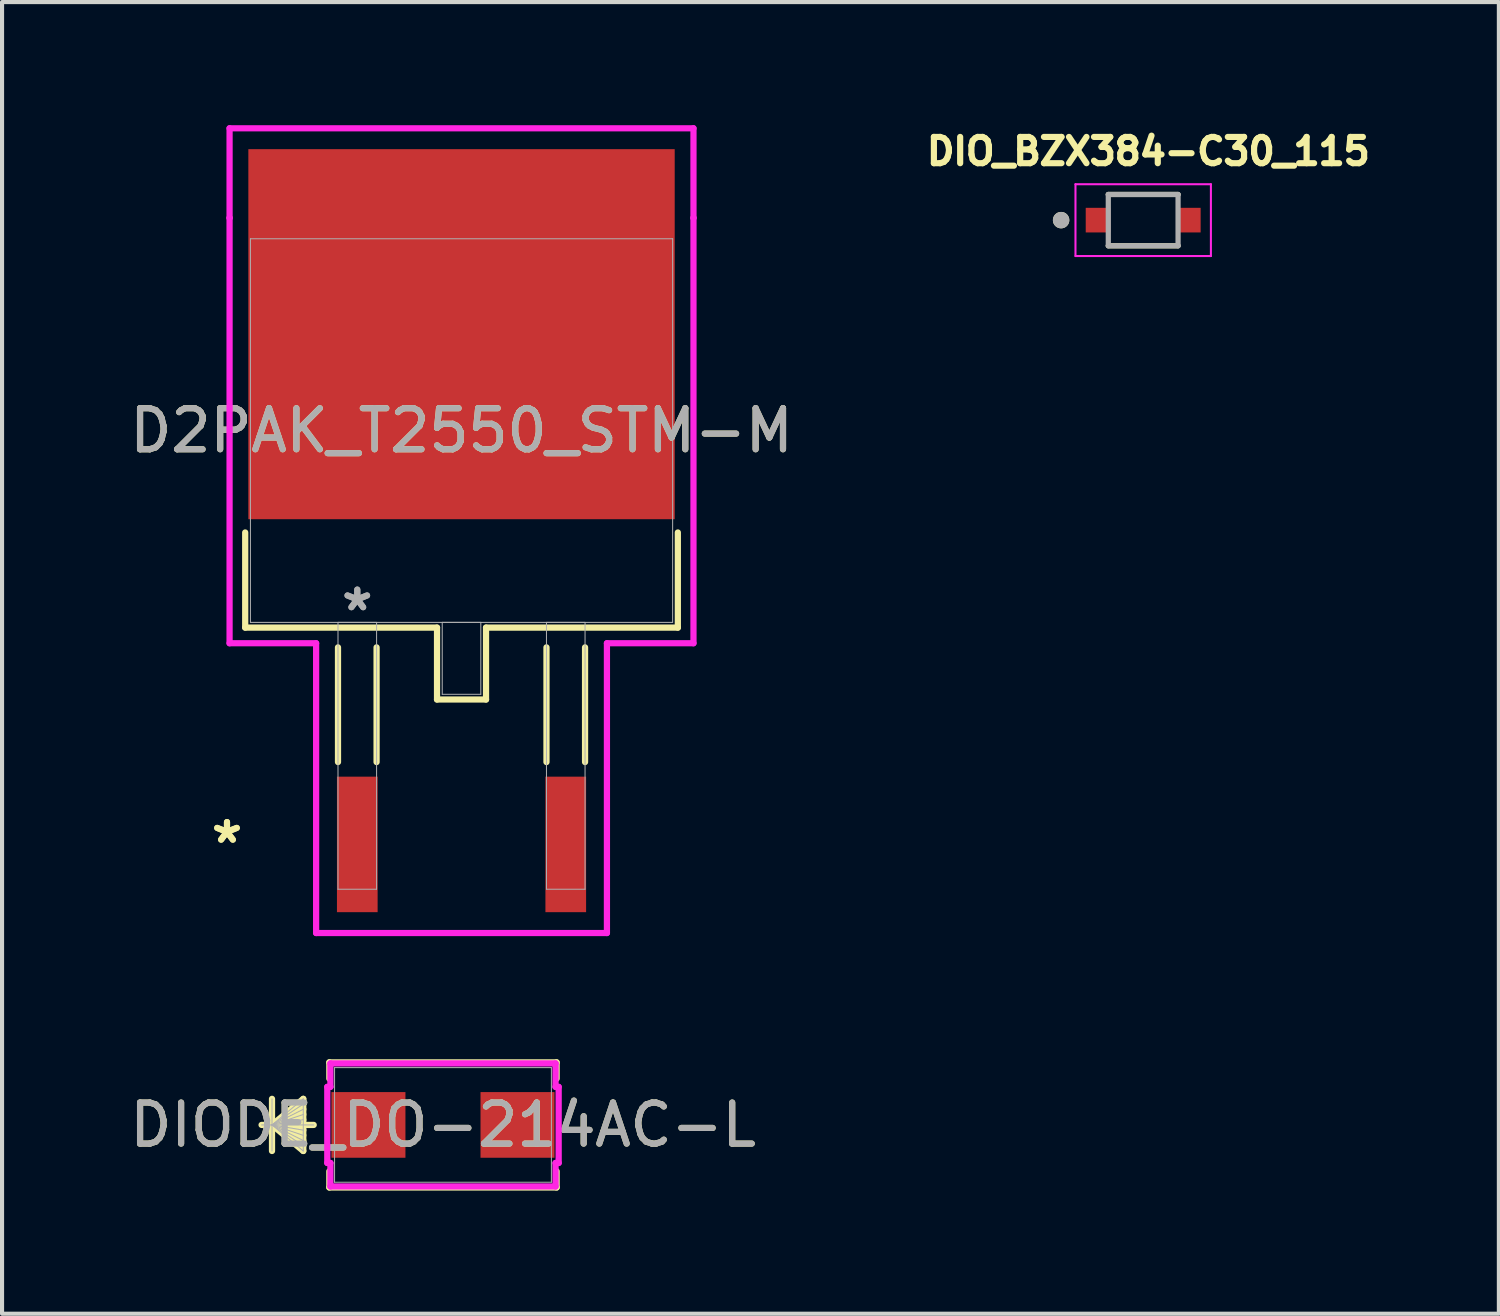
<source format=kicad_pcb>
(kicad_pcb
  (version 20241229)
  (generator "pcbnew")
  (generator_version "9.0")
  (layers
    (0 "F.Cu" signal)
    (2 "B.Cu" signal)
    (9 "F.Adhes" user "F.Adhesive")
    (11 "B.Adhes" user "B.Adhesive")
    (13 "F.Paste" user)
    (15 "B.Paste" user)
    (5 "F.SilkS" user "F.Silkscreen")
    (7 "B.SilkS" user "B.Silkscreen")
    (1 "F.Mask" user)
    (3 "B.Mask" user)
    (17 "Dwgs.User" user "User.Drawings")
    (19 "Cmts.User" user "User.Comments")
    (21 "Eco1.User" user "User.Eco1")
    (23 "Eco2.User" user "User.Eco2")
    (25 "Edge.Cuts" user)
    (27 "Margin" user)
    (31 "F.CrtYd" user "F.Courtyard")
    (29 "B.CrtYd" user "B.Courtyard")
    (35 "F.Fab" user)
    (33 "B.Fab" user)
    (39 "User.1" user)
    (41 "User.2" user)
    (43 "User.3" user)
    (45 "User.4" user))
  (footprint "DIODE_DO-214AC-L"
    (layer "F.Cu")
    (at 7.744 24.361)
    (property "Reference" "DIODE_DO-214AC-L" (at 0 0 0) (unlocked yes) (layer "F.SilkS") (effects (font (size 1 1) (thickness 0.15))))
    (attr smd)
    (fp_line (start -4.166 -0.635) (end -4.166 0.635) (stroke (width 0.152) (type solid)) (layer "F.SilkS"))
    (fp_line (start -4.166 0) (end -3.404 -0.635) (stroke (width 0.152) (type solid)) (layer "F.SilkS"))
    (fp_line (start -4.166 0) (end -3.404 -0.508) (stroke (width 0.152) (type solid)) (layer "F.SilkS"))
    (fp_line (start -4.166 0) (end -3.404 -0.381) (stroke (width 0.152) (type solid)) (layer "F.SilkS"))
    (fp_line (start -4.166 0) (end -3.404 -0.254) (stroke (width 0.152) (type solid)) (layer "F.SilkS"))
    (fp_line (start -4.166 0) (end -3.404 -0.127) (stroke (width 0.152) (type solid)) (layer "F.SilkS"))
    (fp_line (start -4.166 0) (end -3.404 0.127) (stroke (width 0.152) (type solid)) (layer "F.SilkS"))
    (fp_line (start -4.166 0) (end -3.404 0.254) (stroke (width 0.152) (type solid)) (layer "F.SilkS"))
    (fp_line (start -4.166 0) (end -3.404 0.381) (stroke (width 0.152) (type solid)) (layer "F.SilkS"))
    (fp_line (start -4.166 0) (end -3.404 0.508) (stroke (width 0.152) (type solid)) (layer "F.SilkS"))
    (fp_line (start -4.166 0) (end -3.404 0.635) (stroke (width 0.152) (type solid)) (layer "F.SilkS"))
    (fp_line (start -3.404 -0.635) (end -3.404 0.635) (stroke (width 0.152) (type solid)) (layer "F.SilkS"))
    (fp_line (start -3.15 0) (end -4.42 0) (stroke (width 0.152) (type solid)) (layer "F.SilkS"))
    (fp_line (start -2.769 -1.524) (end -2.769 -1.129) (stroke (width 0.152) (type solid)) (layer "F.SilkS"))
    (fp_line (start -2.769 1.129) (end -2.769 1.524) (stroke (width 0.152) (type solid)) (layer "F.SilkS"))
    (fp_line (start -2.769 1.524) (end 2.769 1.524) (stroke (width 0.152) (type solid)) (layer "F.SilkS"))
    (fp_line (start 2.769 -1.524) (end -2.769 -1.524) (stroke (width 0.152) (type solid)) (layer "F.SilkS"))
    (fp_line (start 2.769 -1.129) (end 2.769 -1.524) (stroke (width 0.152) (type solid)) (layer "F.SilkS"))
    (fp_line (start 2.769 1.524) (end 2.769 1.129) (stroke (width 0.152) (type solid)) (layer "F.SilkS"))
    (fp_line (start -2.819 -0.927) (end -2.743 -0.927) (stroke (width 0.152) (type solid)) (layer "F.CrtYd"))
    (fp_line (start -2.819 0.927) (end -2.819 -0.927) (stroke (width 0.152) (type solid)) (layer "F.CrtYd"))
    (fp_line (start -2.743 -1.499) (end 2.743 -1.499) (stroke (width 0.152) (type solid)) (layer "F.CrtYd"))
    (fp_line (start -2.743 -0.927) (end -2.743 -1.499) (stroke (width 0.152) (type solid)) (layer "F.CrtYd"))
    (fp_line (start -2.743 0.927) (end -2.819 0.927) (stroke (width 0.152) (type solid)) (layer "F.CrtYd"))
    (fp_line (start -2.743 1.499) (end -2.743 0.927) (stroke (width 0.152) (type solid)) (layer "F.CrtYd"))
    (fp_line (start 2.743 -1.499) (end 2.743 -0.927) (stroke (width 0.152) (type solid)) (layer "F.CrtYd"))
    (fp_line (start 2.743 -0.927) (end 2.819 -0.927) (stroke (width 0.152) (type solid)) (layer "F.CrtYd"))
    (fp_line (start 2.743 0.927) (end 2.743 1.499) (stroke (width 0.152) (type solid)) (layer "F.CrtYd"))
    (fp_line (start 2.743 1.499) (end -2.743 1.499) (stroke (width 0.152) (type solid)) (layer "F.CrtYd"))
    (fp_line (start 2.819 -0.927) (end 2.819 0.927) (stroke (width 0.152) (type solid)) (layer "F.CrtYd"))
    (fp_line (start 2.819 0.927) (end 2.743 0.927) (stroke (width 0.152) (type solid)) (layer "F.CrtYd"))
    (fp_line (start -4.166 -0.635) (end -4.166 0.635) (stroke (width 0.025) (type solid)) (layer "F.Fab"))
    (fp_line (start -4.166 0) (end -3.404 -0.635) (stroke (width 0.025) (type solid)) (layer "F.Fab"))
    (fp_line (start -4.166 0) (end -3.404 -0.508) (stroke (width 0.025) (type solid)) (layer "F.Fab"))
    (fp_line (start -4.166 0) (end -3.404 -0.381) (stroke (width 0.025) (type solid)) (layer "F.Fab"))
    (fp_line (start -4.166 0) (end -3.404 -0.254) (stroke (width 0.025) (type solid)) (layer "F.Fab"))
    (fp_line (start -4.166 0) (end -3.404 -0.127) (stroke (width 0.025) (type solid)) (layer "F.Fab"))
    (fp_line (start -4.166 0) (end -3.404 0.127) (stroke (width 0.025) (type solid)) (layer "F.Fab"))
    (fp_line (start -4.166 0) (end -3.404 0.254) (stroke (width 0.025) (type solid)) (layer "F.Fab"))
    (fp_line (start -4.166 0) (end -3.404 0.381) (stroke (width 0.025) (type solid)) (layer "F.Fab"))
    (fp_line (start -4.166 0) (end -3.404 0.508) (stroke (width 0.025) (type solid)) (layer "F.Fab"))
    (fp_line (start -4.166 0) (end -3.404 0.635) (stroke (width 0.025) (type solid)) (layer "F.Fab"))
    (fp_line (start -3.404 -0.635) (end -3.404 0.635) (stroke (width 0.025) (type solid)) (layer "F.Fab"))
    (fp_line (start -3.15 0) (end -4.42 0) (stroke (width 0.025) (type solid)) (layer "F.Fab"))
    (fp_line (start -2.642 -1.397) (end -2.642 1.397) (stroke (width 0.025) (type solid)) (layer "F.Fab"))
    (fp_line (start -2.642 1.397) (end 2.642 1.397) (stroke (width 0.025) (type solid)) (layer "F.Fab"))
    (fp_line (start 2.642 -1.397) (end -2.642 -1.397) (stroke (width 0.025) (type solid)) (layer "F.Fab"))
    (fp_line (start 2.642 1.397) (end 2.642 -1.397) (stroke (width 0.025) (type solid)) (layer "F.Fab"))
    (fp_text user "${REFERENCE}" (at 0 0 0) (unlocked yes) (layer "F.Fab") (effects (font (size 1 1) (thickness 0.15))))
    (pad "1" smd rect (at -1.816 0 90) (size 1.6 1.803) (layers "F.Cu" "F.Mask" "F.Paste"))
    (pad "2" smd rect (at 1.816 0 90) (size 1.6 1.803) (layers "F.Cu" "F.Mask" "F.Paste"))
    (zone (net_name "") (layer "F.Cu") (hatch full 0.508) (connect_pads) (min_thickness 0.254) (filled_areas_thickness no) (keepout (tracks not_allowed) (vias not_allowed) (pads allowed) (copperpour not_allowed) (footprints allowed)) (placement (enabled no)) (fill) (polygon (pts (xy 5.153 23.015) (xy 10.335 23.015) (xy 10.335 23.485) (xy 5.153 23.485))))
    (zone (net_name "") (layer "F.Cu") (hatch full 0.508) (connect_pads) (min_thickness 0.254) (filled_areas_thickness no) (keepout (tracks not_allowed) (vias not_allowed) (pads allowed) (copperpour not_allowed) (footprints allowed)) (placement (enabled no)) (fill) (polygon (pts (xy 5.153 25.238) (xy 10.335 25.238) (xy 10.335 25.708) (xy 5.153 25.708))))
    (zone (net_name "") (layer "F.Cu") (hatch full 0.508) (connect_pads) (min_thickness 0.254) (filled_areas_thickness no) (keepout (tracks not_allowed) (vias not_allowed) (pads allowed) (copperpour not_allowed) (footprints allowed)) (placement (enabled no)) (fill) (polygon (pts (xy 6.88 23.485) (xy 8.608 23.485) (xy 8.608 25.238) (xy 6.88 25.238)))))
  (footprint "DIO_BZX384-C30_115"
    (layer "F.Cu")
    (at 24.806 2.314)
    (property "Reference" "DIO_BZX384-C30_115" (at 0.127 -1.676 0) (layer "F.SilkS") (effects (font (size 0.64 0.64) (thickness 0.15))))
    (attr smd)
    (fp_line (start -0.85 -0.625) (end 0.85 -0.625) (stroke (width 0.127) (type solid)) (layer "F.SilkS"))
    (fp_line (start 0.85 0.625) (end -0.85 0.625) (stroke (width 0.127) (type solid)) (layer "F.SilkS"))
    (fp_circle (center -2 0) (end -1.9 0) (stroke (width 0.2) (type solid)) (fill no) (layer "F.SilkS"))
    (fp_poly (pts (xy -1.35 -0.25) (xy -0.85 -0.25) (xy -0.85 0.25) (xy -1.35 0.25)) (stroke (width 0.01) (type solid)) (fill yes) (layer "F.Paste"))
    (fp_poly (pts (xy 0.85 -0.25) (xy 1.35 -0.25) (xy 1.35 0.25) (xy 0.85 0.25)) (stroke (width 0.01) (type solid)) (fill yes) (layer "F.Paste"))
    (fp_line (start -1.65 -0.875) (end 1.65 -0.875) (stroke (width 0.05) (type solid)) (layer "F.CrtYd"))
    (fp_line (start -1.65 0.875) (end -1.65 -0.875) (stroke (width 0.05) (type solid)) (layer "F.CrtYd"))
    (fp_line (start 1.65 -0.875) (end 1.65 0.875) (stroke (width 0.05) (type solid)) (layer "F.CrtYd"))
    (fp_line (start 1.65 0.875) (end -1.65 0.875) (stroke (width 0.05) (type solid)) (layer "F.CrtYd"))
    (fp_line (start -0.85 -0.625) (end 0.85 -0.625) (stroke (width 0.127) (type solid)) (layer "F.Fab"))
    (fp_line (start -0.85 0.625) (end -0.85 -0.625) (stroke (width 0.127) (type solid)) (layer "F.Fab"))
    (fp_line (start 0.85 -0.625) (end 0.85 0.625) (stroke (width 0.127) (type solid)) (layer "F.Fab"))
    (fp_line (start 0.85 0.625) (end -0.85 0.625) (stroke (width 0.127) (type solid)) (layer "F.Fab"))
    (fp_circle (center -2 0) (end -1.9 0) (stroke (width 0.2) (type solid)) (fill no) (layer "F.Fab"))
    (pad "A" smd rect (at 1.1 0) (size 0.6 0.6) (layers "F.Cu" "F.Mask"))
    (pad "K" smd rect (at -1.1 0) (size 0.6 0.6) (layers "F.Cu" "F.Mask")))
  (footprint "D2PAK_T2550_STM-M"
    (layer "F.Cu")
    (at 8.196 7.442)
    (property "Reference" "D2PAK_T2550_STM-M" (at 0 0 0) (unlocked yes) (layer "F.SilkS") (effects (font (size 1 1) (thickness 0.15))))
    (attr smd)
    (fp_line (start -5.271 2.483) (end -5.271 4.801) (stroke (width 0.152) (type solid)) (layer "F.SilkS"))
    (fp_line (start -5.271 4.801) (end -0.597 4.801) (stroke (width 0.152) (type solid)) (layer "F.SilkS"))
    (fp_line (start -3.01 5.283) (end -3.01 8.077) (stroke (width 0.152) (type solid)) (layer "F.SilkS"))
    (fp_line (start -2.07 5.283) (end -2.07 8.077) (stroke (width 0.152) (type solid)) (layer "F.SilkS"))
    (fp_line (start -0.597 4.801) (end -0.597 6.553) (stroke (width 0.152) (type solid)) (layer "F.SilkS"))
    (fp_line (start -0.597 6.553) (end 0.597 6.553) (stroke (width 0.152) (type solid)) (layer "F.SilkS"))
    (fp_line (start 0.597 4.801) (end 5.271 4.801) (stroke (width 0.152) (type solid)) (layer "F.SilkS"))
    (fp_line (start 0.597 6.553) (end 0.597 4.801) (stroke (width 0.152) (type solid)) (layer "F.SilkS"))
    (fp_line (start 2.07 5.283) (end 2.07 8.077) (stroke (width 0.152) (type solid)) (layer "F.SilkS"))
    (fp_line (start 3.01 5.283) (end 3.01 8.077) (stroke (width 0.152) (type solid)) (layer "F.SilkS"))
    (fp_line (start 5.271 4.801) (end 5.271 2.483) (stroke (width 0.152) (type solid)) (layer "F.SilkS"))
    (fp_line (start -5.652 -7.366) (end 5.652 -7.366) (stroke (width 0.152) (type solid)) (layer "F.CrtYd"))
    (fp_line (start -5.652 -5.182) (end -5.652 -7.366) (stroke (width 0.152) (type solid)) (layer "F.CrtYd"))
    (fp_line (start -5.652 -5.182) (end -5.652 -5.182) (stroke (width 0.152) (type solid)) (layer "F.CrtYd"))
    (fp_line (start -5.652 5.182) (end -5.652 -5.182) (stroke (width 0.152) (type solid)) (layer "F.CrtYd"))
    (fp_line (start -3.543 5.182) (end -5.652 5.182) (stroke (width 0.152) (type solid)) (layer "F.CrtYd"))
    (fp_line (start -3.543 12.243) (end -3.543 5.182) (stroke (width 0.152) (type solid)) (layer "F.CrtYd"))
    (fp_line (start 3.543 5.182) (end 3.543 12.243) (stroke (width 0.152) (type solid)) (layer "F.CrtYd"))
    (fp_line (start 3.543 12.243) (end -3.543 12.243) (stroke (width 0.152) (type solid)) (layer "F.CrtYd"))
    (fp_line (start 5.652 -7.366) (end 5.652 -5.182) (stroke (width 0.152) (type solid)) (layer "F.CrtYd"))
    (fp_line (start 5.652 -5.182) (end 5.652 -5.182) (stroke (width 0.152) (type solid)) (layer "F.CrtYd"))
    (fp_line (start 5.652 -5.182) (end 5.652 5.182) (stroke (width 0.152) (type solid)) (layer "F.CrtYd"))
    (fp_line (start 5.652 5.182) (end 3.543 5.182) (stroke (width 0.152) (type solid)) (layer "F.CrtYd"))
    (fp_line (start -5.144 -4.674) (end -5.144 4.674) (stroke (width 0.025) (type solid)) (layer "F.Fab"))
    (fp_line (start -5.144 4.674) (end 5.144 4.674) (stroke (width 0.025) (type solid)) (layer "F.Fab"))
    (fp_line (start -3.01 4.674) (end -3.01 11.176) (stroke (width 0.025) (type solid)) (layer "F.Fab"))
    (fp_line (start -3.01 11.176) (end -2.07 11.176) (stroke (width 0.025) (type solid)) (layer "F.Fab"))
    (fp_line (start -2.07 4.674) (end -3.01 4.674) (stroke (width 0.025) (type solid)) (layer "F.Fab"))
    (fp_line (start -2.07 11.176) (end -2.07 4.674) (stroke (width 0.025) (type solid)) (layer "F.Fab"))
    (fp_line (start -0.47 4.674) (end -0.47 6.426) (stroke (width 0.025) (type solid)) (layer "F.Fab"))
    (fp_line (start -0.47 6.426) (end 0.47 6.426) (stroke (width 0.025) (type solid)) (layer "F.Fab"))
    (fp_line (start 0.47 4.674) (end -0.47 4.674) (stroke (width 0.025) (type solid)) (layer "F.Fab"))
    (fp_line (start 0.47 6.426) (end 0.47 4.674) (stroke (width 0.025) (type solid)) (layer "F.Fab"))
    (fp_line (start 2.07 4.674) (end 2.07 11.176) (stroke (width 0.025) (type solid)) (layer "F.Fab"))
    (fp_line (start 2.07 11.176) (end 3.01 11.176) (stroke (width 0.025) (type solid)) (layer "F.Fab"))
    (fp_line (start 3.01 4.674) (end 2.07 4.674) (stroke (width 0.025) (type solid)) (layer "F.Fab"))
    (fp_line (start 3.01 11.176) (end 3.01 4.674) (stroke (width 0.025) (type solid)) (layer "F.Fab"))
    (fp_line (start 5.144 -4.674) (end -5.144 -4.674) (stroke (width 0.025) (type solid)) (layer "F.Fab"))
    (fp_line (start 5.144 4.674) (end 5.144 -4.674) (stroke (width 0.025) (type solid)) (layer "F.Fab"))
    (fp_text user "*" (at -5.715 10.084 0) (layer "F.SilkS") (effects (font (size 1 1) (thickness 0.15))))
    (fp_text user "*" (at -5.715 10.084 0) (unlocked yes) (layer "F.SilkS") (effects (font (size 1 1) (thickness 0.15))))
    (fp_text user "${REFERENCE}" (at 0 0 0) (unlocked yes) (layer "F.Fab") (effects (font (size 1 1) (thickness 0.15))))
    (fp_text user "*" (at -2.54 4.42 0) (unlocked yes) (layer "F.Fab") (effects (font (size 1 1) (thickness 0.15))))
    (fp_text user "*" (at -2.54 4.42 0) (layer "F.Fab") (effects (font (size 1 1) (thickness 0.15))))
    (pad "1" smd rect (at -2.54 10.084) (size 0.991 3.302) (layers "F.Cu" "F.Mask" "F.Paste"))
    (pad "2" smd rect (at 0 -2.349) (size 10.389 9.017) (layers "F.Cu" "F.Mask" "F.Paste"))
    (pad "3" smd rect (at 2.54 10.084) (size 0.991 3.302) (layers "F.Cu" "F.Mask" "F.Paste")))
  (gr_rect
    (start -3 -3)
    (end 33.473 28.962)
    (stroke (width 0.1) (type default))
    (fill no)
    (layer "Edge.Cuts")))
</source>
